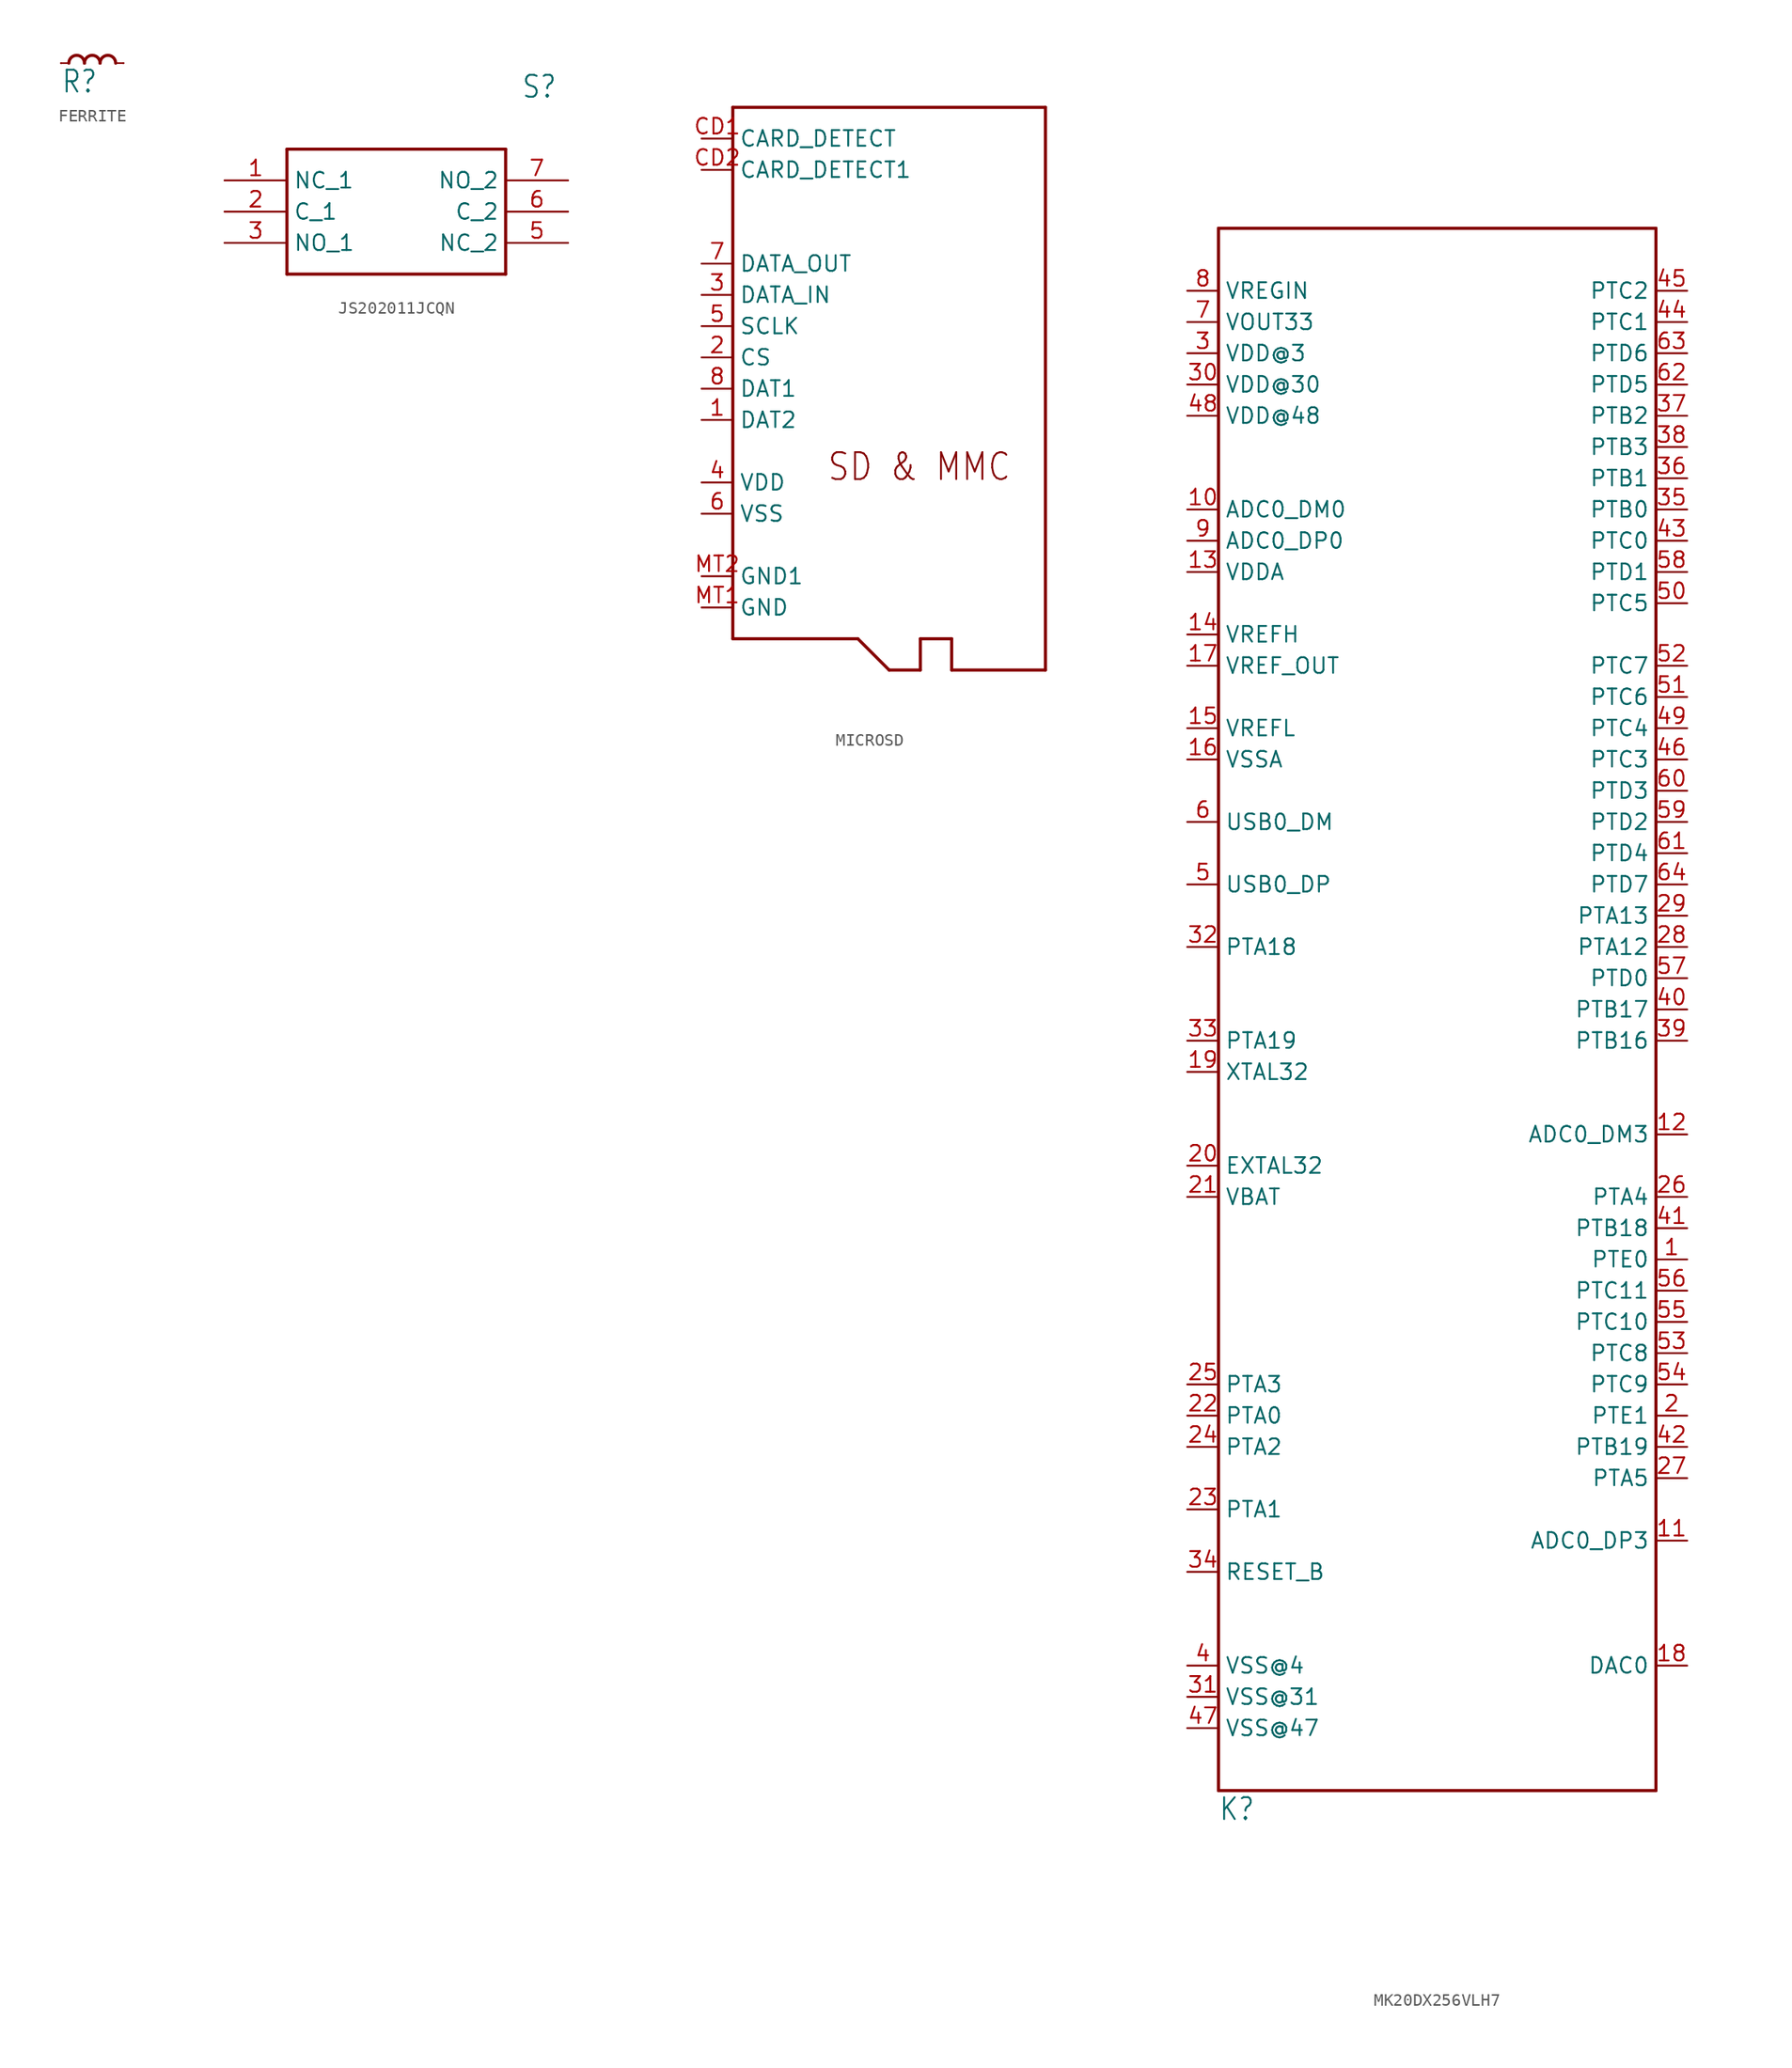
<source format=kicad_sym>
(kicad_symbol_lib
  (version 20231120)
  (generator "kicad_symbol_editor")
  (generator_version "8.0")
  (symbol "FERRITE"
    (property "Reference" "R"
      (at -2.54 -2.54 0)
      (effects (font (size 1.778 1.511)) (justify left bottom)))
    (property "Value" ""
      (at 1.778 -2.54 0)
      (effects (font (size 1.27 1.079)) (justify left bottom)))
    (property "ki_locked" ""
      (at 0 0 0)
      (effects (font (size 1.27 1.27))))
    (symbol "FERRITE_1_0"
      (arc (start -0.635 0) (mid -1.27 0.635) (end -1.905 0) (stroke (width 0.254) (type solid)) (fill (type none)))
      (polyline (pts (xy -1.905 0) (xy -2.54 0)) (stroke (width 0.127) (type solid)) (fill (type none)))
      (polyline (pts (xy 2.54 0) (xy 1.905 0)) (stroke (width 0.127) (type solid)) (fill (type none)))
      (arc (start 0.635 0) (mid 0 0.635) (end -0.635 0) (stroke (width 0.254) (type solid)) (fill (type none)))
      (arc (start 1.905 0) (mid 1.27 0.635) (end 0.635 0) (stroke (width 0.254) (type solid)) (fill (type none)))
      (pin passive line (at -2.54 0 0) (length 0) (name "1" (effects (font (size 0 0)))) (number "1" (effects (font (size 0 0)))))
      (pin passive line (at 2.54 0 180) (length 0) (name "2" (effects (font (size 0 0)))) (number "2" (effects (font (size 0 0)))))))
  (symbol "JS202011JCQN"
    (property "Reference" "S"
      (at 24.13 7.62 0)
      (effects (font (size 1.778 1.511)) (justify left)))
    (property "Value" ""
      (at 24.13 5.08 0)
      (effects (font (size 1.778 1.511)) (justify left)))
    (property "ki_locked" ""
      (at 0 0 0)
      (effects (font (size 1.27 1.27))))
    (symbol "JS202011JCQN_1_0"
      (polyline (pts (xy 5.08 2.54) (xy 5.08 -7.62)) (stroke (width 0.254) (type solid)) (fill (type none)))
      (polyline (pts (xy 5.08 2.54) (xy 22.86 2.54)) (stroke (width 0.254) (type solid)) (fill (type none)))
      (polyline (pts (xy 22.86 -7.62) (xy 5.08 -7.62)) (stroke (width 0.254) (type solid)) (fill (type none)))
      (polyline (pts (xy 22.86 -7.62) (xy 22.86 2.54)) (stroke (width 0.254) (type solid)) (fill (type none)))
      (pin bidirectional line (at 0 0 0) (length 5.08) (name "NC_1" (effects (font (size 1.27 1.27)))) (number "1" (effects (font (size 1.27 1.27)))))
      (pin bidirectional line (at 0 -2.54 0) (length 5.08) (name "C_1" (effects (font (size 1.27 1.27)))) (number "2" (effects (font (size 1.27 1.27)))))
      (pin bidirectional line (at 0 -5.08 0) (length 5.08) (name "NO_1" (effects (font (size 1.27 1.27)))) (number "3" (effects (font (size 1.27 1.27)))))
      (pin bidirectional line (at 27.94 -5.08 180) (length 5.08) (name "NC_2" (effects (font (size 1.27 1.27)))) (number "5" (effects (font (size 1.27 1.27)))))
      (pin bidirectional line (at 27.94 -2.54 180) (length 5.08) (name "C_2" (effects (font (size 1.27 1.27)))) (number "6" (effects (font (size 1.27 1.27)))))
      (pin bidirectional line (at 27.94 0 180) (length 5.08) (name "NO_2" (effects (font (size 1.27 1.27)))) (number "7" (effects (font (size 1.27 1.27)))))))
  (symbol "MICROSD"
    (property "Reference" ""
      (at 0 0 0)
      (effects (font (size 1.27 1.27)) (hide yes)))
    (property "ki_locked" ""
      (at 0 0 0)
      (effects (font (size 1.27 1.27))))
    (symbol "MICROSD_1_0"
      (polyline (pts (xy -15.24 -22.86) (xy -5.08 -22.86)) (stroke (width 0.254) (type solid)) (fill (type none)))
      (polyline (pts (xy -15.24 20.32) (xy -15.24 -22.86)) (stroke (width 0.254) (type solid)) (fill (type none)))
      (polyline (pts (xy -5.08 -22.86) (xy -2.54 -25.4)) (stroke (width 0.254) (type solid)) (fill (type none)))
      (polyline (pts (xy -2.54 -25.4) (xy 0 -25.4)) (stroke (width 0.254) (type solid)) (fill (type none)))
      (polyline (pts (xy 0 -25.4) (xy 0 -22.86)) (stroke (width 0.254) (type solid)) (fill (type none)))
      (polyline (pts (xy 0 -22.86) (xy 2.54 -22.86)) (stroke (width 0.254) (type solid)) (fill (type none)))
      (polyline (pts (xy 2.54 -25.4) (xy 10.16 -25.4)) (stroke (width 0.254) (type solid)) (fill (type none)))
      (polyline (pts (xy 2.54 -22.86) (xy 2.54 -25.4)) (stroke (width 0.254) (type solid)) (fill (type none)))
      (polyline (pts (xy 10.16 -25.4) (xy 10.16 20.32)) (stroke (width 0.254) (type solid)) (fill (type none)))
      (polyline (pts (xy 10.16 20.32) (xy -15.24 20.32)) (stroke (width 0.254) (type solid)) (fill (type none)))
      (text "SD & MMC" (at -7.62 -10.16 0) (effects (font (size 2.184 1.857)) (justify left bottom)))
      (pin bidirectional line (at -17.78 -5.08 0) (length 2.54) (name "DAT2" (effects (font (size 1.27 1.27)))) (number "1" (effects (font (size 1.27 1.27)))))
      (pin input line (at -17.78 0 0) (length 2.54) (name "CS" (effects (font (size 1.27 1.27)))) (number "2" (effects (font (size 1.27 1.27)))))
      (pin input line (at -17.78 5.08 0) (length 2.54) (name "DATA_IN" (effects (font (size 1.27 1.27)))) (number "3" (effects (font (size 1.27 1.27)))))
      (pin power_in line (at -17.78 -10.16 0) (length 2.54) (name "VDD" (effects (font (size 1.27 1.27)))) (number "4" (effects (font (size 1.27 1.27)))))
      (pin input line (at -17.78 2.54 0) (length 2.54) (name "SCLK" (effects (font (size 1.27 1.27)))) (number "5" (effects (font (size 1.27 1.27)))))
      (pin power_in line (at -17.78 -12.7 0) (length 2.54) (name "VSS" (effects (font (size 1.27 1.27)))) (number "6" (effects (font (size 1.27 1.27)))))
      (pin output line (at -17.78 7.62 0) (length 2.54) (name "DATA_OUT" (effects (font (size 1.27 1.27)))) (number "7" (effects (font (size 1.27 1.27)))))
      (pin bidirectional line (at -17.78 -2.54 0) (length 2.54) (name "DAT1" (effects (font (size 1.27 1.27)))) (number "8" (effects (font (size 1.27 1.27)))))
      (pin passive line (at -17.78 17.78 0) (length 2.54) (name "CARD_DETECT" (effects (font (size 1.27 1.27)))) (number "CD1" (effects (font (size 1.27 1.27)))))
      (pin passive line (at -17.78 15.24 0) (length 2.54) (name "CARD_DETECT1" (effects (font (size 1.27 1.27)))) (number "CD2" (effects (font (size 1.27 1.27)))))
      (pin power_in line (at -17.78 -20.32 0) (length 2.54) (name "GND" (effects (font (size 1.27 1.27)))) (number "MT1" (effects (font (size 1.27 1.27)))))
      (pin power_in line (at -17.78 -17.78 0) (length 2.54) (name "GND1" (effects (font (size 1.27 1.27)))) (number "MT2" (effects (font (size 1.27 1.27)))))))
  (symbol "MK20DX256VLH7"
    (property "Reference" "K"
      (at -17.78 -66.04 0)
      (effects (font (size 1.778 1.511)) (justify left bottom)))
    (property "Value" ""
      (at -17.78 64.516 0)
      (effects (font (size 1.27 1.079)) (justify left bottom)))
    (property "ki_locked" ""
      (at 0 0 0)
      (effects (font (size 1.27 1.27))))
    (symbol "MK20DX256VLH7_1_0"
      (polyline (pts (xy -17.78 -63.5) (xy -17.78 63.5)) (stroke (width 0.254) (type solid)) (fill (type none)))
      (polyline (pts (xy -17.78 63.5) (xy 17.78 63.5)) (stroke (width 0.254) (type solid)) (fill (type none)))
      (polyline (pts (xy 17.78 -63.5) (xy -17.78 -63.5)) (stroke (width 0.254) (type solid)) (fill (type none)))
      (polyline (pts (xy 17.78 63.5) (xy 17.78 -63.5)) (stroke (width 0.254) (type solid)) (fill (type none)))
      (pin bidirectional line (at 20.32 -20.32 180) (length 2.54) (name "PTE0" (effects (font (size 1.27 1.27)))) (number "1" (effects (font (size 1.27 1.27)))))
      (pin bidirectional line (at -20.32 40.64 0) (length 2.54) (name "ADC0_DM0" (effects (font (size 1.27 1.27)))) (number "10" (effects (font (size 1.27 1.27)))))
      (pin bidirectional line (at 20.32 -43.18 180) (length 2.54) (name "ADC0_DP3" (effects (font (size 1.27 1.27)))) (number "11" (effects (font (size 1.27 1.27)))))
      (pin bidirectional line (at 20.32 -10.16 180) (length 2.54) (name "ADC0_DM3" (effects (font (size 1.27 1.27)))) (number "12" (effects (font (size 1.27 1.27)))))
      (pin bidirectional line (at -20.32 35.56 0) (length 2.54) (name "VDDA" (effects (font (size 1.27 1.27)))) (number "13" (effects (font (size 1.27 1.27)))))
      (pin bidirectional line (at -20.32 30.48 0) (length 2.54) (name "VREFH" (effects (font (size 1.27 1.27)))) (number "14" (effects (font (size 1.27 1.27)))))
      (pin bidirectional line (at -20.32 22.86 0) (length 2.54) (name "VREFL" (effects (font (size 1.27 1.27)))) (number "15" (effects (font (size 1.27 1.27)))))
      (pin bidirectional line (at -20.32 20.32 0) (length 2.54) (name "VSSA" (effects (font (size 1.27 1.27)))) (number "16" (effects (font (size 1.27 1.27)))))
      (pin bidirectional line (at -20.32 27.94 0) (length 2.54) (name "VREF_OUT" (effects (font (size 1.27 1.27)))) (number "17" (effects (font (size 1.27 1.27)))))
      (pin bidirectional line (at 20.32 -53.34 180) (length 2.54) (name "DAC0" (effects (font (size 1.27 1.27)))) (number "18" (effects (font (size 1.27 1.27)))))
      (pin bidirectional line (at -20.32 -5.08 0) (length 2.54) (name "XTAL32" (effects (font (size 1.27 1.27)))) (number "19" (effects (font (size 1.27 1.27)))))
      (pin bidirectional line (at 20.32 -33.02 180) (length 2.54) (name "PTE1" (effects (font (size 1.27 1.27)))) (number "2" (effects (font (size 1.27 1.27)))))
      (pin bidirectional line (at -20.32 -12.7 0) (length 2.54) (name "EXTAL32" (effects (font (size 1.27 1.27)))) (number "20" (effects (font (size 1.27 1.27)))))
      (pin bidirectional line (at -20.32 -15.24 0) (length 2.54) (name "VBAT" (effects (font (size 1.27 1.27)))) (number "21" (effects (font (size 1.27 1.27)))))
      (pin bidirectional line (at -20.32 -33.02 0) (length 2.54) (name "PTA0" (effects (font (size 1.27 1.27)))) (number "22" (effects (font (size 1.27 1.27)))))
      (pin bidirectional line (at -20.32 -40.64 0) (length 2.54) (name "PTA1" (effects (font (size 1.27 1.27)))) (number "23" (effects (font (size 1.27 1.27)))))
      (pin bidirectional line (at -20.32 -35.56 0) (length 2.54) (name "PTA2" (effects (font (size 1.27 1.27)))) (number "24" (effects (font (size 1.27 1.27)))))
      (pin bidirectional line (at -20.32 -30.48 0) (length 2.54) (name "PTA3" (effects (font (size 1.27 1.27)))) (number "25" (effects (font (size 1.27 1.27)))))
      (pin bidirectional line (at 20.32 -15.24 180) (length 2.54) (name "PTA4" (effects (font (size 1.27 1.27)))) (number "26" (effects (font (size 1.27 1.27)))))
      (pin bidirectional line (at 20.32 -38.1 180) (length 2.54) (name "PTA5" (effects (font (size 1.27 1.27)))) (number "27" (effects (font (size 1.27 1.27)))))
      (pin bidirectional line (at 20.32 5.08 180) (length 2.54) (name "PTA12" (effects (font (size 1.27 1.27)))) (number "28" (effects (font (size 1.27 1.27)))))
      (pin bidirectional line (at 20.32 7.62 180) (length 2.54) (name "PTA13" (effects (font (size 1.27 1.27)))) (number "29" (effects (font (size 1.27 1.27)))))
      (pin bidirectional line (at -20.32 53.34 0) (length 2.54) (name "VDD@3" (effects (font (size 1.27 1.27)))) (number "3" (effects (font (size 1.27 1.27)))))
      (pin bidirectional line (at -20.32 50.8 0) (length 2.54) (name "VDD@30" (effects (font (size 1.27 1.27)))) (number "30" (effects (font (size 1.27 1.27)))))
      (pin bidirectional line (at -20.32 -55.88 0) (length 2.54) (name "VSS@31" (effects (font (size 1.27 1.27)))) (number "31" (effects (font (size 1.27 1.27)))))
      (pin bidirectional line (at -20.32 5.08 0) (length 2.54) (name "PTA18" (effects (font (size 1.27 1.27)))) (number "32" (effects (font (size 1.27 1.27)))))
      (pin bidirectional line (at -20.32 -2.54 0) (length 2.54) (name "PTA19" (effects (font (size 1.27 1.27)))) (number "33" (effects (font (size 1.27 1.27)))))
      (pin bidirectional line (at -20.32 -45.72 0) (length 2.54) (name "RESET_B" (effects (font (size 1.27 1.27)))) (number "34" (effects (font (size 1.27 1.27)))))
      (pin bidirectional line (at 20.32 40.64 180) (length 2.54) (name "PTB0" (effects (font (size 1.27 1.27)))) (number "35" (effects (font (size 1.27 1.27)))))
      (pin bidirectional line (at 20.32 43.18 180) (length 2.54) (name "PTB1" (effects (font (size 1.27 1.27)))) (number "36" (effects (font (size 1.27 1.27)))))
      (pin bidirectional line (at 20.32 48.26 180) (length 2.54) (name "PTB2" (effects (font (size 1.27 1.27)))) (number "37" (effects (font (size 1.27 1.27)))))
      (pin bidirectional line (at 20.32 45.72 180) (length 2.54) (name "PTB3" (effects (font (size 1.27 1.27)))) (number "38" (effects (font (size 1.27 1.27)))))
      (pin bidirectional line (at 20.32 -2.54 180) (length 2.54) (name "PTB16" (effects (font (size 1.27 1.27)))) (number "39" (effects (font (size 1.27 1.27)))))
      (pin bidirectional line (at -20.32 -53.34 0) (length 2.54) (name "VSS@4" (effects (font (size 1.27 1.27)))) (number "4" (effects (font (size 1.27 1.27)))))
      (pin bidirectional line (at 20.32 0 180) (length 2.54) (name "PTB17" (effects (font (size 1.27 1.27)))) (number "40" (effects (font (size 1.27 1.27)))))
      (pin bidirectional line (at 20.32 -17.78 180) (length 2.54) (name "PTB18" (effects (font (size 1.27 1.27)))) (number "41" (effects (font (size 1.27 1.27)))))
      (pin bidirectional line (at 20.32 -35.56 180) (length 2.54) (name "PTB19" (effects (font (size 1.27 1.27)))) (number "42" (effects (font (size 1.27 1.27)))))
      (pin bidirectional line (at 20.32 38.1 180) (length 2.54) (name "PTC0" (effects (font (size 1.27 1.27)))) (number "43" (effects (font (size 1.27 1.27)))))
      (pin bidirectional line (at 20.32 55.88 180) (length 2.54) (name "PTC1" (effects (font (size 1.27 1.27)))) (number "44" (effects (font (size 1.27 1.27)))))
      (pin bidirectional line (at 20.32 58.42 180) (length 2.54) (name "PTC2" (effects (font (size 1.27 1.27)))) (number "45" (effects (font (size 1.27 1.27)))))
      (pin bidirectional line (at 20.32 20.32 180) (length 2.54) (name "PTC3" (effects (font (size 1.27 1.27)))) (number "46" (effects (font (size 1.27 1.27)))))
      (pin bidirectional line (at -20.32 -58.42 0) (length 2.54) (name "VSS@47" (effects (font (size 1.27 1.27)))) (number "47" (effects (font (size 1.27 1.27)))))
      (pin bidirectional line (at -20.32 48.26 0) (length 2.54) (name "VDD@48" (effects (font (size 1.27 1.27)))) (number "48" (effects (font (size 1.27 1.27)))))
      (pin bidirectional line (at 20.32 22.86 180) (length 2.54) (name "PTC4" (effects (font (size 1.27 1.27)))) (number "49" (effects (font (size 1.27 1.27)))))
      (pin bidirectional line (at -20.32 10.16 0) (length 2.54) (name "USB0_DP" (effects (font (size 1.27 1.27)))) (number "5" (effects (font (size 1.27 1.27)))))
      (pin bidirectional line (at 20.32 33.02 180) (length 2.54) (name "PTC5" (effects (font (size 1.27 1.27)))) (number "50" (effects (font (size 1.27 1.27)))))
      (pin bidirectional line (at 20.32 25.4 180) (length 2.54) (name "PTC6" (effects (font (size 1.27 1.27)))) (number "51" (effects (font (size 1.27 1.27)))))
      (pin bidirectional line (at 20.32 27.94 180) (length 2.54) (name "PTC7" (effects (font (size 1.27 1.27)))) (number "52" (effects (font (size 1.27 1.27)))))
      (pin bidirectional line (at 20.32 -27.94 180) (length 2.54) (name "PTC8" (effects (font (size 1.27 1.27)))) (number "53" (effects (font (size 1.27 1.27)))))
      (pin bidirectional line (at 20.32 -30.48 180) (length 2.54) (name "PTC9" (effects (font (size 1.27 1.27)))) (number "54" (effects (font (size 1.27 1.27)))))
      (pin bidirectional line (at 20.32 -25.4 180) (length 2.54) (name "PTC10" (effects (font (size 1.27 1.27)))) (number "55" (effects (font (size 1.27 1.27)))))
      (pin bidirectional line (at 20.32 -22.86 180) (length 2.54) (name "PTC11" (effects (font (size 1.27 1.27)))) (number "56" (effects (font (size 1.27 1.27)))))
      (pin bidirectional line (at 20.32 2.54 180) (length 2.54) (name "PTD0" (effects (font (size 1.27 1.27)))) (number "57" (effects (font (size 1.27 1.27)))))
      (pin bidirectional line (at 20.32 35.56 180) (length 2.54) (name "PTD1" (effects (font (size 1.27 1.27)))) (number "58" (effects (font (size 1.27 1.27)))))
      (pin bidirectional line (at 20.32 15.24 180) (length 2.54) (name "PTD2" (effects (font (size 1.27 1.27)))) (number "59" (effects (font (size 1.27 1.27)))))
      (pin bidirectional line (at -20.32 15.24 0) (length 2.54) (name "USB0_DM" (effects (font (size 1.27 1.27)))) (number "6" (effects (font (size 1.27 1.27)))))
      (pin bidirectional line (at 20.32 17.78 180) (length 2.54) (name "PTD3" (effects (font (size 1.27 1.27)))) (number "60" (effects (font (size 1.27 1.27)))))
      (pin bidirectional line (at 20.32 12.7 180) (length 2.54) (name "PTD4" (effects (font (size 1.27 1.27)))) (number "61" (effects (font (size 1.27 1.27)))))
      (pin bidirectional line (at 20.32 50.8 180) (length 2.54) (name "PTD5" (effects (font (size 1.27 1.27)))) (number "62" (effects (font (size 1.27 1.27)))))
      (pin bidirectional line (at 20.32 53.34 180) (length 2.54) (name "PTD6" (effects (font (size 1.27 1.27)))) (number "63" (effects (font (size 1.27 1.27)))))
      (pin bidirectional line (at 20.32 10.16 180) (length 2.54) (name "PTD7" (effects (font (size 1.27 1.27)))) (number "64" (effects (font (size 1.27 1.27)))))
      (pin bidirectional line (at -20.32 55.88 0) (length 2.54) (name "VOUT33" (effects (font (size 1.27 1.27)))) (number "7" (effects (font (size 1.27 1.27)))))
      (pin bidirectional line (at -20.32 58.42 0) (length 2.54) (name "VREGIN" (effects (font (size 1.27 1.27)))) (number "8" (effects (font (size 1.27 1.27)))))
      (pin bidirectional line (at -20.32 38.1 0) (length 2.54) (name "ADC0_DP0" (effects (font (size 1.27 1.27)))) (number "9" (effects (font (size 1.27 1.27))))))))
</source>
